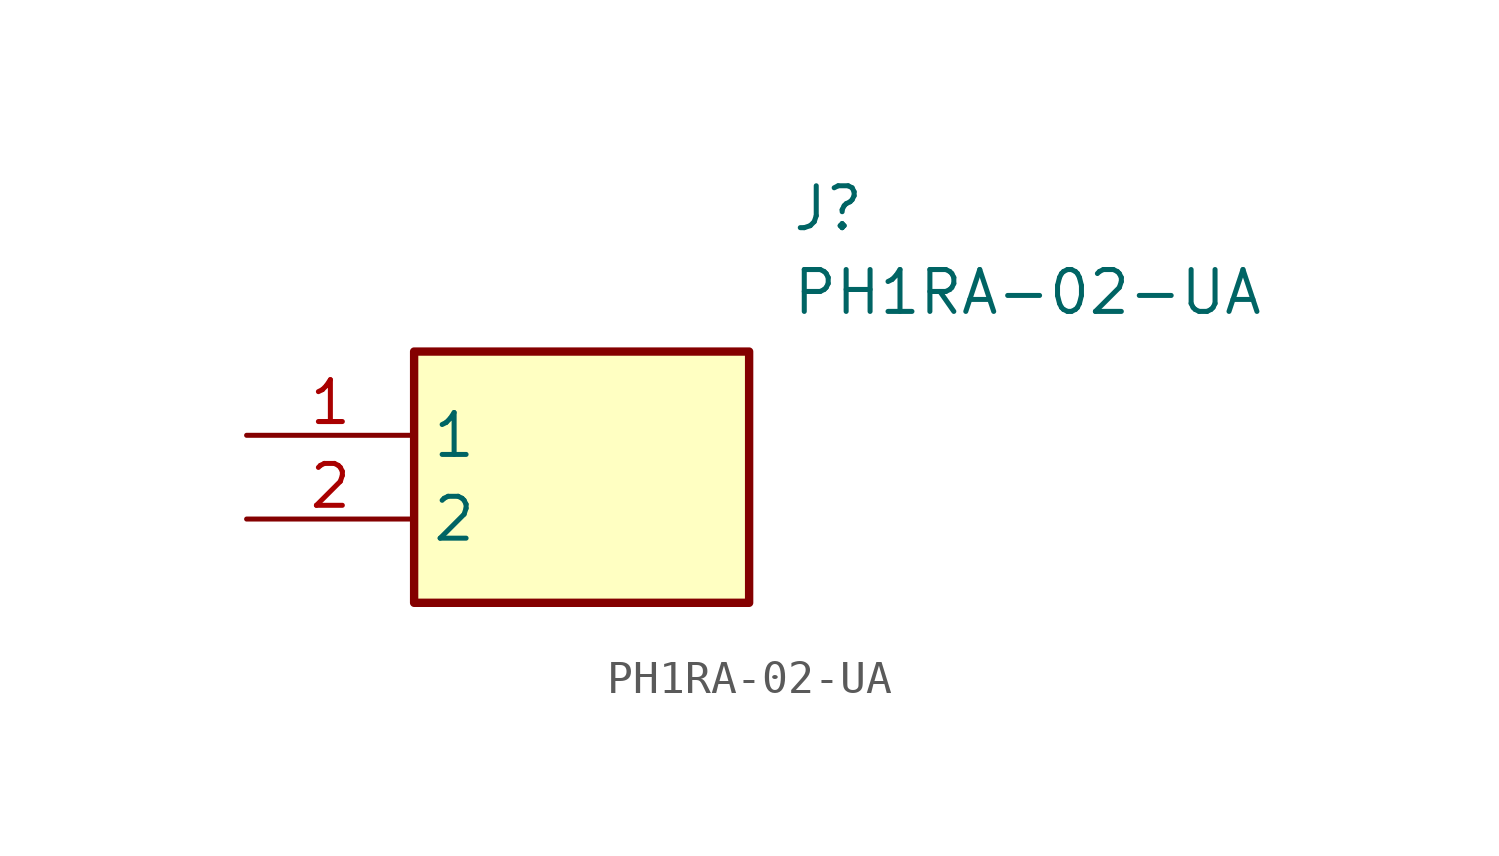
<source format=kicad_sym>
(kicad_symbol_lib
  (version 20211014)
  (generator SamacSys_ECAD_Model)
  (symbol "PH1RA-02-UA"
    (property "Reference" "J"
      (at 16.51 7.62 0)
      (effects (font (size 1.27 1.27)) (justify left top)))
    (property "Value" "PH1RA-02-UA"
      (at 16.51 5.08 0)
      (effects (font (size 1.27 1.27)) (justify left top)))
    (rectangle
      (start 5.08 2.54)
      (end 15.24 -5.08)
      (stroke (width 0.254) (type default))
      (fill (type background)))
    (pin passive line
      (at 0 0 0)
      (length 5.08)
      (name "1" (effects (font (size 1.27 1.27))))
      (number "1" (effects (font (size 1.27 1.27)))))
    (pin passive line
      (at 0 -2.54 0)
      (length 5.08)
      (name "2" (effects (font (size 1.27 1.27))))
      (number "2" (effects (font (size 1.27 1.27)))))))
</source>
